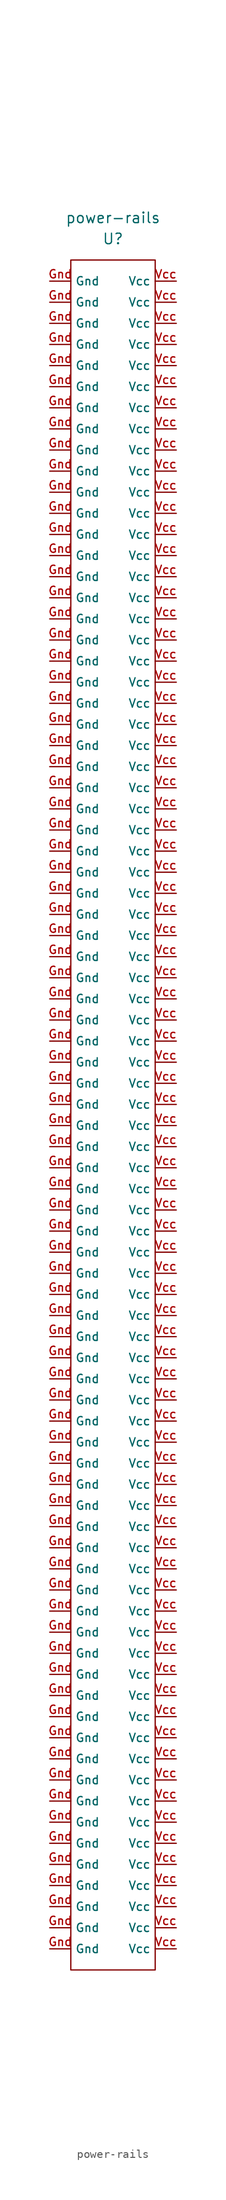
<source format=kicad_sym>
(kicad_symbol_lib
  (version 20211014)
  (generator kicad_symbol_editor)
  (symbol "power-rails"
    (property "Reference" "U"
      (at 0 0 0)
      (effects (font (size 1.27 1.27))))
    (property "Value" "power-rails"
      (at 0 2.54 0)
      (effects (font (size 1.27 1.27))))
    (symbol "power-rails_0_1"
      (rectangle (start -5.08 -2.54) (end 5.08 -208.28) (stroke (width 0) (type default) (color 0 0 0 0)) (fill (type none))))
    (symbol "power-rails_1_1"
      (pin power_in line (at -7.62 -205.74 0) (length 2.54) (name "Gnd" (effects (font (size 1 1)))) (number "Gnd" (effects (font (size 1 1)))))
      (pin power_in line (at -7.62 -203.2 0) (length 2.54) (name "Gnd" (effects (font (size 1 1)))) (number "Gnd" (effects (font (size 1 1)))))
      (pin power_in line (at -7.62 -200.66 0) (length 2.54) (name "Gnd" (effects (font (size 1 1)))) (number "Gnd" (effects (font (size 1 1)))))
      (pin power_in line (at -7.62 -198.12 0) (length 2.54) (name "Gnd" (effects (font (size 1 1)))) (number "Gnd" (effects (font (size 1 1)))))
      (pin power_in line (at -7.62 -195.58 0) (length 2.54) (name "Gnd" (effects (font (size 1 1)))) (number "Gnd" (effects (font (size 1 1)))))
      (pin power_in line (at -7.62 -193.04 0) (length 2.54) (name "Gnd" (effects (font (size 1 1)))) (number "Gnd" (effects (font (size 1 1)))))
      (pin power_in line (at -7.62 -190.5 0) (length 2.54) (name "Gnd" (effects (font (size 1 1)))) (number "Gnd" (effects (font (size 1 1)))))
      (pin power_in line (at -7.62 -187.96 0) (length 2.54) (name "Gnd" (effects (font (size 1 1)))) (number "Gnd" (effects (font (size 1 1)))))
      (pin power_in line (at -7.62 -185.42 0) (length 2.54) (name "Gnd" (effects (font (size 1 1)))) (number "Gnd" (effects (font (size 1 1)))))
      (pin power_in line (at -7.62 -182.88 0) (length 2.54) (name "Gnd" (effects (font (size 1 1)))) (number "Gnd" (effects (font (size 1 1)))))
      (pin power_in line (at -7.62 -180.34 0) (length 2.54) (name "Gnd" (effects (font (size 1 1)))) (number "Gnd" (effects (font (size 1 1)))))
      (pin power_in line (at -7.62 -177.8 0) (length 2.54) (name "Gnd" (effects (font (size 1 1)))) (number "Gnd" (effects (font (size 1 1)))))
      (pin power_in line (at -7.62 -175.26 0) (length 2.54) (name "Gnd" (effects (font (size 1 1)))) (number "Gnd" (effects (font (size 1 1)))))
      (pin power_in line (at -7.62 -172.72 0) (length 2.54) (name "Gnd" (effects (font (size 1 1)))) (number "Gnd" (effects (font (size 1 1)))))
      (pin power_in line (at -7.62 -170.18 0) (length 2.54) (name "Gnd" (effects (font (size 1 1)))) (number "Gnd" (effects (font (size 1 1)))))
      (pin power_in line (at -7.62 -167.64 0) (length 2.54) (name "Gnd" (effects (font (size 1 1)))) (number "Gnd" (effects (font (size 1 1)))))
      (pin power_in line (at -7.62 -165.1 0) (length 2.54) (name "Gnd" (effects (font (size 1 1)))) (number "Gnd" (effects (font (size 1 1)))))
      (pin power_in line (at -7.62 -162.56 0) (length 2.54) (name "Gnd" (effects (font (size 1 1)))) (number "Gnd" (effects (font (size 1 1)))))
      (pin power_in line (at -7.62 -160.02 0) (length 2.54) (name "Gnd" (effects (font (size 1 1)))) (number "Gnd" (effects (font (size 1 1)))))
      (pin power_in line (at -7.62 -157.48 0) (length 2.54) (name "Gnd" (effects (font (size 1 1)))) (number "Gnd" (effects (font (size 1 1)))))
      (pin power_in line (at -7.62 -154.94 0) (length 2.54) (name "Gnd" (effects (font (size 1 1)))) (number "Gnd" (effects (font (size 1 1)))))
      (pin power_in line (at -7.62 -152.4 0) (length 2.54) (name "Gnd" (effects (font (size 1 1)))) (number "Gnd" (effects (font (size 1 1)))))
      (pin power_in line (at -7.62 -149.86 0) (length 2.54) (name "Gnd" (effects (font (size 1 1)))) (number "Gnd" (effects (font (size 1 1)))))
      (pin power_in line (at -7.62 -147.32 0) (length 2.54) (name "Gnd" (effects (font (size 1 1)))) (number "Gnd" (effects (font (size 1 1)))))
      (pin power_in line (at -7.62 -144.78 0) (length 2.54) (name "Gnd" (effects (font (size 1 1)))) (number "Gnd" (effects (font (size 1 1)))))
      (pin power_in line (at -7.62 -142.24 0) (length 2.54) (name "Gnd" (effects (font (size 1 1)))) (number "Gnd" (effects (font (size 1 1)))))
      (pin power_in line (at -7.62 -139.7 0) (length 2.54) (name "Gnd" (effects (font (size 1 1)))) (number "Gnd" (effects (font (size 1 1)))))
      (pin power_in line (at -7.62 -137.16 0) (length 2.54) (name "Gnd" (effects (font (size 1 1)))) (number "Gnd" (effects (font (size 1 1)))))
      (pin power_in line (at -7.62 -134.62 0) (length 2.54) (name "Gnd" (effects (font (size 1 1)))) (number "Gnd" (effects (font (size 1 1)))))
      (pin power_in line (at -7.62 -132.08 0) (length 2.54) (name "Gnd" (effects (font (size 1 1)))) (number "Gnd" (effects (font (size 1 1)))))
      (pin power_in line (at -7.62 -129.54 0) (length 2.54) (name "Gnd" (effects (font (size 1 1)))) (number "Gnd" (effects (font (size 1 1)))))
      (pin power_in line (at -7.62 -127 0) (length 2.54) (name "Gnd" (effects (font (size 1 1)))) (number "Gnd" (effects (font (size 1 1)))))
      (pin power_in line (at -7.62 -124.46 0) (length 2.54) (name "Gnd" (effects (font (size 1 1)))) (number "Gnd" (effects (font (size 1 1)))))
      (pin power_in line (at -7.62 -121.92 0) (length 2.54) (name "Gnd" (effects (font (size 1 1)))) (number "Gnd" (effects (font (size 1 1)))))
      (pin power_in line (at -7.62 -119.38 0) (length 2.54) (name "Gnd" (effects (font (size 1 1)))) (number "Gnd" (effects (font (size 1 1)))))
      (pin power_in line (at -7.62 -116.84 0) (length 2.54) (name "Gnd" (effects (font (size 1 1)))) (number "Gnd" (effects (font (size 1 1)))))
      (pin power_in line (at -7.62 -114.3 0) (length 2.54) (name "Gnd" (effects (font (size 1 1)))) (number "Gnd" (effects (font (size 1 1)))))
      (pin power_in line (at -7.62 -111.76 0) (length 2.54) (name "Gnd" (effects (font (size 1 1)))) (number "Gnd" (effects (font (size 1 1)))))
      (pin power_in line (at -7.62 -109.22 0) (length 2.54) (name "Gnd" (effects (font (size 1 1)))) (number "Gnd" (effects (font (size 1 1)))))
      (pin power_in line (at -7.62 -106.68 0) (length 2.54) (name "Gnd" (effects (font (size 1 1)))) (number "Gnd" (effects (font (size 1 1)))))
      (pin power_in line (at -7.62 -104.14 0) (length 2.54) (name "Gnd" (effects (font (size 1 1)))) (number "Gnd" (effects (font (size 1 1)))))
      (pin power_in line (at -7.62 -101.6 0) (length 2.54) (name "Gnd" (effects (font (size 1 1)))) (number "Gnd" (effects (font (size 1 1)))))
      (pin power_in line (at -7.62 -99.06 0) (length 2.54) (name "Gnd" (effects (font (size 1 1)))) (number "Gnd" (effects (font (size 1 1)))))
      (pin power_in line (at -7.62 -96.52 0) (length 2.54) (name "Gnd" (effects (font (size 1 1)))) (number "Gnd" (effects (font (size 1 1)))))
      (pin power_in line (at -7.62 -93.98 0) (length 2.54) (name "Gnd" (effects (font (size 1 1)))) (number "Gnd" (effects (font (size 1 1)))))
      (pin power_in line (at -7.62 -91.44 0) (length 2.54) (name "Gnd" (effects (font (size 1 1)))) (number "Gnd" (effects (font (size 1 1)))))
      (pin power_in line (at -7.62 -88.9 0) (length 2.54) (name "Gnd" (effects (font (size 1 1)))) (number "Gnd" (effects (font (size 1 1)))))
      (pin power_in line (at -7.62 -86.36 0) (length 2.54) (name "Gnd" (effects (font (size 1 1)))) (number "Gnd" (effects (font (size 1 1)))))
      (pin power_in line (at -7.62 -83.82 0) (length 2.54) (name "Gnd" (effects (font (size 1 1)))) (number "Gnd" (effects (font (size 1 1)))))
      (pin power_in line (at -7.62 -81.28 0) (length 2.54) (name "Gnd" (effects (font (size 1 1)))) (number "Gnd" (effects (font (size 1 1)))))
      (pin power_in line (at -7.62 -78.74 0) (length 2.54) (name "Gnd" (effects (font (size 1 1)))) (number "Gnd" (effects (font (size 1 1)))))
      (pin power_in line (at -7.62 -76.2 0) (length 2.54) (name "Gnd" (effects (font (size 1 1)))) (number "Gnd" (effects (font (size 1 1)))))
      (pin power_in line (at -7.62 -73.66 0) (length 2.54) (name "Gnd" (effects (font (size 1 1)))) (number "Gnd" (effects (font (size 1 1)))))
      (pin power_in line (at -7.62 -71.12 0) (length 2.54) (name "Gnd" (effects (font (size 1 1)))) (number "Gnd" (effects (font (size 1 1)))))
      (pin power_in line (at -7.62 -68.58 0) (length 2.54) (name "Gnd" (effects (font (size 1 1)))) (number "Gnd" (effects (font (size 1 1)))))
      (pin power_in line (at -7.62 -66.04 0) (length 2.54) (name "Gnd" (effects (font (size 1 1)))) (number "Gnd" (effects (font (size 1 1)))))
      (pin power_in line (at -7.62 -63.5 0) (length 2.54) (name "Gnd" (effects (font (size 1 1)))) (number "Gnd" (effects (font (size 1 1)))))
      (pin power_in line (at -7.62 -60.96 0) (length 2.54) (name "Gnd" (effects (font (size 1 1)))) (number "Gnd" (effects (font (size 1 1)))))
      (pin power_in line (at -7.62 -58.42 0) (length 2.54) (name "Gnd" (effects (font (size 1 1)))) (number "Gnd" (effects (font (size 1 1)))))
      (pin power_in line (at -7.62 -55.88 0) (length 2.54) (name "Gnd" (effects (font (size 1 1)))) (number "Gnd" (effects (font (size 1 1)))))
      (pin power_in line (at -7.62 -53.34 0) (length 2.54) (name "Gnd" (effects (font (size 1 1)))) (number "Gnd" (effects (font (size 1 1)))))
      (pin power_in line (at -7.62 -50.8 0) (length 2.54) (name "Gnd" (effects (font (size 1 1)))) (number "Gnd" (effects (font (size 1 1)))))
      (pin power_in line (at -7.62 -48.26 0) (length 2.54) (name "Gnd" (effects (font (size 1 1)))) (number "Gnd" (effects (font (size 1 1)))))
      (pin power_in line (at -7.62 -45.72 0) (length 2.54) (name "Gnd" (effects (font (size 1 1)))) (number "Gnd" (effects (font (size 1 1)))))
      (pin power_in line (at -7.62 -43.18 0) (length 2.54) (name "Gnd" (effects (font (size 1 1)))) (number "Gnd" (effects (font (size 1 1)))))
      (pin power_in line (at -7.62 -40.64 0) (length 2.54) (name "Gnd" (effects (font (size 1 1)))) (number "Gnd" (effects (font (size 1 1)))))
      (pin power_in line (at -7.62 -38.1 0) (length 2.54) (name "Gnd" (effects (font (size 1 1)))) (number "Gnd" (effects (font (size 1 1)))))
      (pin power_in line (at -7.62 -35.56 0) (length 2.54) (name "Gnd" (effects (font (size 1 1)))) (number "Gnd" (effects (font (size 1 1)))))
      (pin power_in line (at -7.62 -33.02 0) (length 2.54) (name "Gnd" (effects (font (size 1 1)))) (number "Gnd" (effects (font (size 1 1)))))
      (pin power_in line (at -7.62 -30.48 0) (length 2.54) (name "Gnd" (effects (font (size 1 1)))) (number "Gnd" (effects (font (size 1 1)))))
      (pin power_in line (at -7.62 -27.94 0) (length 2.54) (name "Gnd" (effects (font (size 1 1)))) (number "Gnd" (effects (font (size 1 1)))))
      (pin power_in line (at -7.62 -25.4 0) (length 2.54) (name "Gnd" (effects (font (size 1 1)))) (number "Gnd" (effects (font (size 1 1)))))
      (pin power_in line (at -7.62 -22.86 0) (length 2.54) (name "Gnd" (effects (font (size 1 1)))) (number "Gnd" (effects (font (size 1 1)))))
      (pin power_in line (at -7.62 -20.32 0) (length 2.54) (name "Gnd" (effects (font (size 1 1)))) (number "Gnd" (effects (font (size 1 1)))))
      (pin power_in line (at -7.62 -17.78 0) (length 2.54) (name "Gnd" (effects (font (size 1 1)))) (number "Gnd" (effects (font (size 1 1)))))
      (pin power_in line (at -7.62 -15.24 0) (length 2.54) (name "Gnd" (effects (font (size 1 1)))) (number "Gnd" (effects (font (size 1 1)))))
      (pin power_in line (at -7.62 -12.7 0) (length 2.54) (name "Gnd" (effects (font (size 1 1)))) (number "Gnd" (effects (font (size 1 1)))))
      (pin power_in line (at -7.62 -10.16 0) (length 2.54) (name "Gnd" (effects (font (size 1 1)))) (number "Gnd" (effects (font (size 1 1)))))
      (pin power_in line (at -7.62 -7.62 0) (length 2.54) (name "Gnd" (effects (font (size 1 1)))) (number "Gnd" (effects (font (size 1 1)))))
      (pin power_in line (at -7.62 -5.08 0) (length 2.54) (name "Gnd" (effects (font (size 1 1)))) (number "Gnd" (effects (font (size 1 1)))))
      (pin power_in line (at 7.62 -205.74 180) (length 2.54) (name "Vcc" (effects (font (size 1 1)))) (number "Vcc" (effects (font (size 1 1)))))
      (pin power_in line (at 7.62 -203.2 180) (length 2.54) (name "Vcc" (effects (font (size 1 1)))) (number "Vcc" (effects (font (size 1 1)))))
      (pin power_in line (at 7.62 -200.66 180) (length 2.54) (name "Vcc" (effects (font (size 1 1)))) (number "Vcc" (effects (font (size 1 1)))))
      (pin power_in line (at 7.62 -198.12 180) (length 2.54) (name "Vcc" (effects (font (size 1 1)))) (number "Vcc" (effects (font (size 1 1)))))
      (pin power_in line (at 7.62 -195.58 180) (length 2.54) (name "Vcc" (effects (font (size 1 1)))) (number "Vcc" (effects (font (size 1 1)))))
      (pin power_in line (at 7.62 -193.04 180) (length 2.54) (name "Vcc" (effects (font (size 1 1)))) (number "Vcc" (effects (font (size 1 1)))))
      (pin power_in line (at 7.62 -190.5 180) (length 2.54) (name "Vcc" (effects (font (size 1 1)))) (number "Vcc" (effects (font (size 1 1)))))
      (pin power_in line (at 7.62 -187.96 180) (length 2.54) (name "Vcc" (effects (font (size 1 1)))) (number "Vcc" (effects (font (size 1 1)))))
      (pin power_in line (at 7.62 -185.42 180) (length 2.54) (name "Vcc" (effects (font (size 1 1)))) (number "Vcc" (effects (font (size 1 1)))))
      (pin power_in line (at 7.62 -182.88 180) (length 2.54) (name "Vcc" (effects (font (size 1 1)))) (number "Vcc" (effects (font (size 1 1)))))
      (pin power_in line (at 7.62 -180.34 180) (length 2.54) (name "Vcc" (effects (font (size 1 1)))) (number "Vcc" (effects (font (size 1 1)))))
      (pin power_in line (at 7.62 -177.8 180) (length 2.54) (name "Vcc" (effects (font (size 1 1)))) (number "Vcc" (effects (font (size 1 1)))))
      (pin power_in line (at 7.62 -175.26 180) (length 2.54) (name "Vcc" (effects (font (size 1 1)))) (number "Vcc" (effects (font (size 1 1)))))
      (pin power_in line (at 7.62 -172.72 180) (length 2.54) (name "Vcc" (effects (font (size 1 1)))) (number "Vcc" (effects (font (size 1 1)))))
      (pin power_in line (at 7.62 -170.18 180) (length 2.54) (name "Vcc" (effects (font (size 1 1)))) (number "Vcc" (effects (font (size 1 1)))))
      (pin power_in line (at 7.62 -167.64 180) (length 2.54) (name "Vcc" (effects (font (size 1 1)))) (number "Vcc" (effects (font (size 1 1)))))
      (pin power_in line (at 7.62 -165.1 180) (length 2.54) (name "Vcc" (effects (font (size 1 1)))) (number "Vcc" (effects (font (size 1 1)))))
      (pin power_in line (at 7.62 -162.56 180) (length 2.54) (name "Vcc" (effects (font (size 1 1)))) (number "Vcc" (effects (font (size 1 1)))))
      (pin power_in line (at 7.62 -160.02 180) (length 2.54) (name "Vcc" (effects (font (size 1 1)))) (number "Vcc" (effects (font (size 1 1)))))
      (pin power_in line (at 7.62 -157.48 180) (length 2.54) (name "Vcc" (effects (font (size 1 1)))) (number "Vcc" (effects (font (size 1 1)))))
      (pin power_in line (at 7.62 -154.94 180) (length 2.54) (name "Vcc" (effects (font (size 1 1)))) (number "Vcc" (effects (font (size 1 1)))))
      (pin power_in line (at 7.62 -152.4 180) (length 2.54) (name "Vcc" (effects (font (size 1 1)))) (number "Vcc" (effects (font (size 1 1)))))
      (pin power_in line (at 7.62 -149.86 180) (length 2.54) (name "Vcc" (effects (font (size 1 1)))) (number "Vcc" (effects (font (size 1 1)))))
      (pin power_in line (at 7.62 -147.32 180) (length 2.54) (name "Vcc" (effects (font (size 1 1)))) (number "Vcc" (effects (font (size 1 1)))))
      (pin power_in line (at 7.62 -144.78 180) (length 2.54) (name "Vcc" (effects (font (size 1 1)))) (number "Vcc" (effects (font (size 1 1)))))
      (pin power_in line (at 7.62 -142.24 180) (length 2.54) (name "Vcc" (effects (font (size 1 1)))) (number "Vcc" (effects (font (size 1 1)))))
      (pin power_in line (at 7.62 -139.7 180) (length 2.54) (name "Vcc" (effects (font (size 1 1)))) (number "Vcc" (effects (font (size 1 1)))))
      (pin power_in line (at 7.62 -137.16 180) (length 2.54) (name "Vcc" (effects (font (size 1 1)))) (number "Vcc" (effects (font (size 1 1)))))
      (pin power_in line (at 7.62 -134.62 180) (length 2.54) (name "Vcc" (effects (font (size 1 1)))) (number "Vcc" (effects (font (size 1 1)))))
      (pin power_in line (at 7.62 -132.08 180) (length 2.54) (name "Vcc" (effects (font (size 1 1)))) (number "Vcc" (effects (font (size 1 1)))))
      (pin power_in line (at 7.62 -129.54 180) (length 2.54) (name "Vcc" (effects (font (size 1 1)))) (number "Vcc" (effects (font (size 1 1)))))
      (pin power_in line (at 7.62 -127 180) (length 2.54) (name "Vcc" (effects (font (size 1 1)))) (number "Vcc" (effects (font (size 1 1)))))
      (pin power_in line (at 7.62 -124.46 180) (length 2.54) (name "Vcc" (effects (font (size 1 1)))) (number "Vcc" (effects (font (size 1 1)))))
      (pin power_in line (at 7.62 -121.92 180) (length 2.54) (name "Vcc" (effects (font (size 1 1)))) (number "Vcc" (effects (font (size 1 1)))))
      (pin power_in line (at 7.62 -119.38 180) (length 2.54) (name "Vcc" (effects (font (size 1 1)))) (number "Vcc" (effects (font (size 1 1)))))
      (pin power_in line (at 7.62 -116.84 180) (length 2.54) (name "Vcc" (effects (font (size 1 1)))) (number "Vcc" (effects (font (size 1 1)))))
      (pin power_in line (at 7.62 -114.3 180) (length 2.54) (name "Vcc" (effects (font (size 1 1)))) (number "Vcc" (effects (font (size 1 1)))))
      (pin power_in line (at 7.62 -111.76 180) (length 2.54) (name "Vcc" (effects (font (size 1 1)))) (number "Vcc" (effects (font (size 1 1)))))
      (pin power_in line (at 7.62 -109.22 180) (length 2.54) (name "Vcc" (effects (font (size 1 1)))) (number "Vcc" (effects (font (size 1 1)))))
      (pin power_in line (at 7.62 -106.68 180) (length 2.54) (name "Vcc" (effects (font (size 1 1)))) (number "Vcc" (effects (font (size 1 1)))))
      (pin power_in line (at 7.62 -104.14 180) (length 2.54) (name "Vcc" (effects (font (size 1 1)))) (number "Vcc" (effects (font (size 1 1)))))
      (pin power_in line (at 7.62 -101.6 180) (length 2.54) (name "Vcc" (effects (font (size 1 1)))) (number "Vcc" (effects (font (size 1 1)))))
      (pin power_in line (at 7.62 -99.06 180) (length 2.54) (name "Vcc" (effects (font (size 1 1)))) (number "Vcc" (effects (font (size 1 1)))))
      (pin power_in line (at 7.62 -96.52 180) (length 2.54) (name "Vcc" (effects (font (size 1 1)))) (number "Vcc" (effects (font (size 1 1)))))
      (pin power_in line (at 7.62 -93.98 180) (length 2.54) (name "Vcc" (effects (font (size 1 1)))) (number "Vcc" (effects (font (size 1 1)))))
      (pin power_in line (at 7.62 -91.44 180) (length 2.54) (name "Vcc" (effects (font (size 1 1)))) (number "Vcc" (effects (font (size 1 1)))))
      (pin power_in line (at 7.62 -88.9 180) (length 2.54) (name "Vcc" (effects (font (size 1 1)))) (number "Vcc" (effects (font (size 1 1)))))
      (pin power_in line (at 7.62 -86.36 180) (length 2.54) (name "Vcc" (effects (font (size 1 1)))) (number "Vcc" (effects (font (size 1 1)))))
      (pin power_in line (at 7.62 -83.82 180) (length 2.54) (name "Vcc" (effects (font (size 1 1)))) (number "Vcc" (effects (font (size 1 1)))))
      (pin power_in line (at 7.62 -81.28 180) (length 2.54) (name "Vcc" (effects (font (size 1 1)))) (number "Vcc" (effects (font (size 1 1)))))
      (pin power_in line (at 7.62 -78.74 180) (length 2.54) (name "Vcc" (effects (font (size 1 1)))) (number "Vcc" (effects (font (size 1 1)))))
      (pin power_in line (at 7.62 -76.2 180) (length 2.54) (name "Vcc" (effects (font (size 1 1)))) (number "Vcc" (effects (font (size 1 1)))))
      (pin power_in line (at 7.62 -73.66 180) (length 2.54) (name "Vcc" (effects (font (size 1 1)))) (number "Vcc" (effects (font (size 1 1)))))
      (pin power_in line (at 7.62 -71.12 180) (length 2.54) (name "Vcc" (effects (font (size 1 1)))) (number "Vcc" (effects (font (size 1 1)))))
      (pin power_in line (at 7.62 -68.58 180) (length 2.54) (name "Vcc" (effects (font (size 1 1)))) (number "Vcc" (effects (font (size 1 1)))))
      (pin power_in line (at 7.62 -66.04 180) (length 2.54) (name "Vcc" (effects (font (size 1 1)))) (number "Vcc" (effects (font (size 1 1)))))
      (pin power_in line (at 7.62 -63.5 180) (length 2.54) (name "Vcc" (effects (font (size 1 1)))) (number "Vcc" (effects (font (size 1 1)))))
      (pin power_in line (at 7.62 -60.96 180) (length 2.54) (name "Vcc" (effects (font (size 1 1)))) (number "Vcc" (effects (font (size 1 1)))))
      (pin power_in line (at 7.62 -58.42 180) (length 2.54) (name "Vcc" (effects (font (size 1 1)))) (number "Vcc" (effects (font (size 1 1)))))
      (pin power_in line (at 7.62 -55.88 180) (length 2.54) (name "Vcc" (effects (font (size 1 1)))) (number "Vcc" (effects (font (size 1 1)))))
      (pin power_in line (at 7.62 -53.34 180) (length 2.54) (name "Vcc" (effects (font (size 1 1)))) (number "Vcc" (effects (font (size 1 1)))))
      (pin power_in line (at 7.62 -50.8 180) (length 2.54) (name "Vcc" (effects (font (size 1 1)))) (number "Vcc" (effects (font (size 1 1)))))
      (pin power_in line (at 7.62 -48.26 180) (length 2.54) (name "Vcc" (effects (font (size 1 1)))) (number "Vcc" (effects (font (size 1 1)))))
      (pin power_in line (at 7.62 -45.72 180) (length 2.54) (name "Vcc" (effects (font (size 1 1)))) (number "Vcc" (effects (font (size 1 1)))))
      (pin power_in line (at 7.62 -43.18 180) (length 2.54) (name "Vcc" (effects (font (size 1 1)))) (number "Vcc" (effects (font (size 1 1)))))
      (pin power_in line (at 7.62 -40.64 180) (length 2.54) (name "Vcc" (effects (font (size 1 1)))) (number "Vcc" (effects (font (size 1 1)))))
      (pin power_in line (at 7.62 -38.1 180) (length 2.54) (name "Vcc" (effects (font (size 1 1)))) (number "Vcc" (effects (font (size 1 1)))))
      (pin power_in line (at 7.62 -35.56 180) (length 2.54) (name "Vcc" (effects (font (size 1 1)))) (number "Vcc" (effects (font (size 1 1)))))
      (pin power_in line (at 7.62 -33.02 180) (length 2.54) (name "Vcc" (effects (font (size 1 1)))) (number "Vcc" (effects (font (size 1 1)))))
      (pin power_in line (at 7.62 -30.48 180) (length 2.54) (name "Vcc" (effects (font (size 1 1)))) (number "Vcc" (effects (font (size 1 1)))))
      (pin power_in line (at 7.62 -27.94 180) (length 2.54) (name "Vcc" (effects (font (size 1 1)))) (number "Vcc" (effects (font (size 1 1)))))
      (pin power_in line (at 7.62 -25.4 180) (length 2.54) (name "Vcc" (effects (font (size 1 1)))) (number "Vcc" (effects (font (size 1 1)))))
      (pin power_in line (at 7.62 -22.86 180) (length 2.54) (name "Vcc" (effects (font (size 1 1)))) (number "Vcc" (effects (font (size 1 1)))))
      (pin power_in line (at 7.62 -20.32 180) (length 2.54) (name "Vcc" (effects (font (size 1 1)))) (number "Vcc" (effects (font (size 1 1)))))
      (pin power_in line (at 7.62 -17.78 180) (length 2.54) (name "Vcc" (effects (font (size 1 1)))) (number "Vcc" (effects (font (size 1 1)))))
      (pin power_in line (at 7.62 -15.24 180) (length 2.54) (name "Vcc" (effects (font (size 1 1)))) (number "Vcc" (effects (font (size 1 1)))))
      (pin power_in line (at 7.62 -12.7 180) (length 2.54) (name "Vcc" (effects (font (size 1 1)))) (number "Vcc" (effects (font (size 1 1)))))
      (pin power_in line (at 7.62 -10.16 180) (length 2.54) (name "Vcc" (effects (font (size 1 1)))) (number "Vcc" (effects (font (size 1 1)))))
      (pin power_in line (at 7.62 -7.62 180) (length 2.54) (name "Vcc" (effects (font (size 1 1)))) (number "Vcc" (effects (font (size 1 1)))))
      (pin power_in line (at 7.62 -5.08 180) (length 2.54) (name "Vcc" (effects (font (size 1 1)))) (number "Vcc" (effects (font (size 1 1))))))))
</source>
